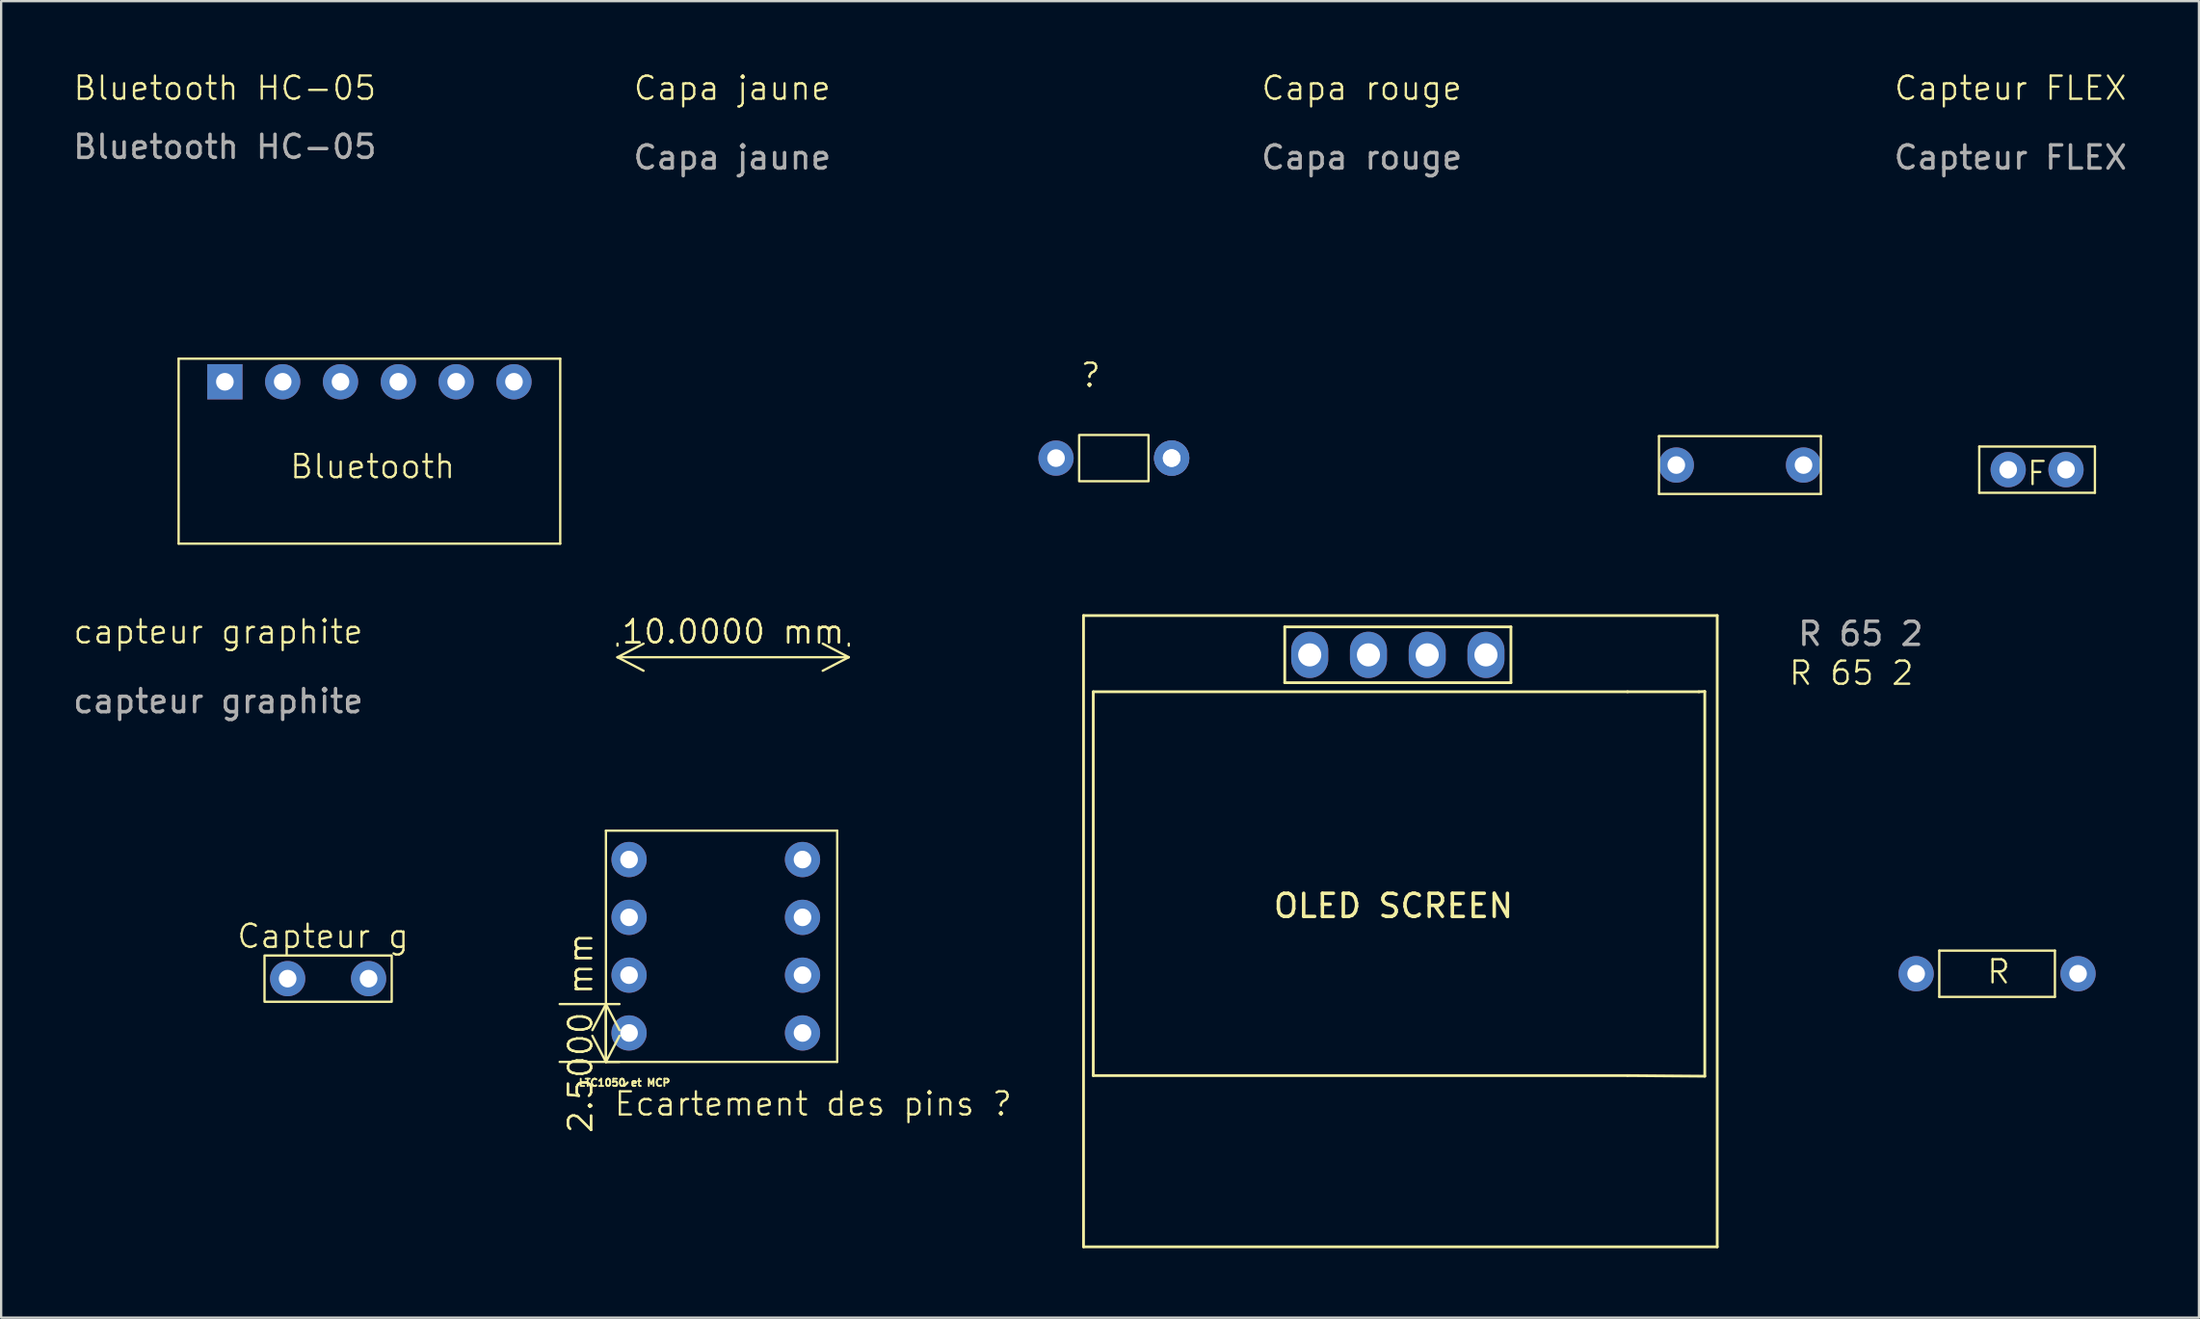
<source format=kicad_pcb>
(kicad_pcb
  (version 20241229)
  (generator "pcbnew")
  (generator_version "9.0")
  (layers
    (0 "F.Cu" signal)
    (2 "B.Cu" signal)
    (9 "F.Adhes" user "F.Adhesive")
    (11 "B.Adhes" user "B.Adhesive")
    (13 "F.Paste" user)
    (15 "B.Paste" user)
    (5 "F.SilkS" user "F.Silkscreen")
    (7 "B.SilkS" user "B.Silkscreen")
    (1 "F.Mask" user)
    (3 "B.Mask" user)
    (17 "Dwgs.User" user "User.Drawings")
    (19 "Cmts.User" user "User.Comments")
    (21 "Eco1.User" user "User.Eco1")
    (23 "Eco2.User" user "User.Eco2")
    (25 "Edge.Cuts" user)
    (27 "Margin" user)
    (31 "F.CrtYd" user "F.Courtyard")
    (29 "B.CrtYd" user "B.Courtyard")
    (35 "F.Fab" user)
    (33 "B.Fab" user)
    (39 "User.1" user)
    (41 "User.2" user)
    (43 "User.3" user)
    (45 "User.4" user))
  (footprint "Capteur FLEX"
    (layer "F.Cu")
    (at 83.779 17.261)
    (property "Reference" "Capteur FLEX" (at 0.1 -16.5 0) (unlocked yes) (layer "F.SilkS") (effects (font (size 1 1) (thickness 0.1))))
    (attr through_hole)
    (fp_line (start -1.25 -1) (end -1.25 1) (stroke (width 0.1) (type default)) (layer "F.SilkS"))
    (fp_line (start -1.25 1) (end 3.75 1) (stroke (width 0.1) (type default)) (layer "F.SilkS"))
    (fp_line (start 3.75 -1) (end -1.25 -1) (stroke (width 0.1) (type default)) (layer "F.SilkS"))
    (fp_line (start 3.75 1) (end 3.75 -1) (stroke (width 0.1) (type default)) (layer "F.SilkS"))
    (fp_text user "F" (at 0.75 0.75 0) (unlocked yes) (layer "F.SilkS") (effects (font (size 1 1) (thickness 0.1)) (justify left bottom)))
    (fp_text user "${REFERENCE}" (at 0.1 -13.5 0) (unlocked yes) (layer "F.Fab") (effects (font (size 1 1) (thickness 0.15))))
    (pad "1" thru_hole circle (at 0 0) (size 1.524 1.524) (drill 0.762) (layers "*.Cu" "*.Mask"))
    (pad "2" thru_hole circle (at 2.5 0) (size 1.524 1.524) (drill 0.762) (layers "*.Cu" "*.Mask")))
  (footprint "Capa rouge"
    (layer "F.Cu")
    (at 69.43 17.061)
    (property "Reference" "Capa rouge" (at -13.6 -16.3 0) (unlocked yes) (layer "F.SilkS") (effects (font (size 1 1) (thickness 0.1))))
    (attr through_hole)
    (fp_line (start -0.75 -1.25) (end -0.75 1.25) (stroke (width 0.1) (type default)) (layer "F.SilkS"))
    (fp_line (start -0.75 1.25) (end 6.25 1.25) (stroke (width 0.1) (type default)) (layer "F.SilkS"))
    (fp_line (start 6.25 -1.25) (end -0.75 -1.25) (stroke (width 0.1) (type default)) (layer "F.SilkS"))
    (fp_line (start 6.25 1.25) (end 6.25 -1.25) (stroke (width 0.1) (type default)) (layer "F.SilkS"))
    (fp_text user "${REFERENCE}" (at -13.6 -13.3 0) (unlocked yes) (layer "F.Fab") (effects (font (size 1 1) (thickness 0.15))))
    (pad "1" thru_hole circle (at 0 0) (size 1.524 1.524) (drill 0.762) (layers "*.Cu" "*.Mask"))
    (pad "2" thru_hole circle (at 5.5 0) (size 1.524 1.524) (drill 0.762) (layers "*.Cu" "*.Mask")))
  (footprint "capteur graphite"
    (layer "F.Cu")
    (at 9.387 39.271)
    (property "Reference" "capteur graphite" (at -3 -15 0) (unlocked yes) (layer "F.SilkS") (effects (font (size 1 1) (thickness 0.1))))
    (attr through_hole)
    (fp_rect (start -1 -1) (end 4.5 1) (stroke (width 0.1) (type default)) (fill no) (layer "F.SilkS"))
    (fp_text user "Capteur g" (at -2.25 -1.25 0) (unlocked yes) (layer "F.SilkS") (effects (font (size 1 1) (thickness 0.1)) (justify left bottom)))
    (fp_text user "${REFERENCE}" (at -3 -12 0) (unlocked yes) (layer "F.Fab") (effects (font (size 1 1) (thickness 0.15))))
    (pad "1" thru_hole circle (at 0 0) (size 1.524 1.524) (drill 0.762) (layers "*.Cu" "*.Mask"))
    (pad "2" thru_hole circle (at 3.5 0) (size 1.524 1.524) (drill 0.762) (layers "*.Cu" "*.Mask")))
  (footprint "OLED SCREEN"
    (layer "F.Cu")
    (at 57.199 35.87)
    (property "Reference" "OLED SCREEN" (at 0 0.254 0) (layer "F.SilkS") (effects (font (size 1 1) (thickness 0.15))))
    (attr through_hole)
    (fp_line (start -13.4 -12.3) (end 14 -12.3) (stroke (width 0.12) (type solid)) (layer "F.SilkS"))
    (fp_line (start -13.4 15) (end -13.4 -12.3) (stroke (width 0.12) (type solid)) (layer "F.SilkS"))
    (fp_line (start -12.978 -9.005) (end 10.122 -9.005) (stroke (width 0.12) (type solid)) (layer "F.SilkS"))
    (fp_line (start -12.978 7.595) (end -12.978 -9.005) (stroke (width 0.12) (type solid)) (layer "F.SilkS"))
    (fp_line (start -4.699 -11.811) (end -4.699 -9.398) (stroke (width 0.12) (type solid)) (layer "F.SilkS"))
    (fp_line (start -4.699 -11.811) (end 5.08 -11.811) (stroke (width 0.12) (type solid)) (layer "F.SilkS"))
    (fp_line (start 5.08 -11.811) (end 5.08 -9.398) (stroke (width 0.12) (type solid)) (layer "F.SilkS"))
    (fp_line (start 5.08 -9.398) (end -4.699 -9.398) (stroke (width 0.12) (type solid)) (layer "F.SilkS"))
    (fp_line (start 10.122 -9.005) (end 13.208 -9.005) (stroke (width 0.12) (type solid)) (layer "F.SilkS"))
    (fp_line (start 10.122 7.595) (end -12.978 7.595) (stroke (width 0.12) (type solid)) (layer "F.SilkS"))
    (fp_line (start 10.122 7.595) (end 13.462 7.62) (stroke (width 0.12) (type solid)) (layer "F.SilkS"))
    (fp_line (start 13.462 -9.017) (end 13.208 -9.005) (stroke (width 0.12) (type solid)) (layer "F.SilkS"))
    (fp_line (start 13.462 7.62) (end 13.462 -9.017) (stroke (width 0.12) (type solid)) (layer "F.SilkS"))
    (fp_line (start 14 -12.3) (end 14 15) (stroke (width 0.12) (type solid)) (layer "F.SilkS"))
    (fp_line (start 14 15) (end -13.4 15) (stroke (width 0.12) (type solid)) (layer "F.SilkS"))
    (pad "1" thru_hole oval (at -3.62 -10.6 90) (size 2 1.6) (drill 1) (layers "*.Cu" "*.Mask"))
    (pad "2" thru_hole oval (at -1.08 -10.6 90) (size 2 1.6) (drill 1) (layers "*.Cu" "*.Mask"))
    (pad "3" thru_hole oval (at 1.46 -10.6 90) (size 2 1.6) (drill 1) (layers "*.Cu" "*.Mask"))
    (pad "4" thru_hole oval (at 4 -10.6 90) (size 2 1.6) (drill 1) (layers "*.Cu" "*.Mask")))
  (footprint "Capa jaune"
    (layer "F.Cu")
    (at 42.61 16.761)
    (property "Reference" "Capa jaune" (at -14 -16 0) (unlocked yes) (layer "F.SilkS") (effects (font (size 1 1) (thickness 0.1))))
    (attr through_hole)
    (fp_rect (start 1 -1) (end 4 1) (stroke (width 0.1) (type default)) (fill no) (layer "F.SilkS"))
    (fp_text user "?" (at 1 -3 0) (unlocked yes) (layer "F.SilkS") (effects (font (size 1 1) (thickness 0.1)) (justify left bottom)))
    (fp_text user "${REFERENCE}" (at -14 -13 0) (unlocked yes) (layer "F.Fab") (effects (font (size 1 1) (thickness 0.15))))
    (pad "1" thru_hole circle (at 0 0) (size 1.524 1.524) (drill 0.762) (layers "*.Cu" "*.Mask"))
    (pad "2" thru_hole circle (at 5 0) (size 1.524 1.524) (drill 0.762) (layers "*.Cu" "*.Mask"))
    (pad "3" thru_hole circle (at 5 0) (size 1.524 1.524) (drill 0.762) (layers "*.Cu" "*.Mask")))
  (footprint "Bluetooth HC-05"
    (layer "F.Cu")
    (at 6.673 13.46)
    (property "Reference" "Bluetooth HC-05" (at 0 -12.7 0) (unlocked yes) (layer "F.SilkS") (effects (font (size 1 1) (thickness 0.1))))
    (attr through_hole)
    (fp_line (start -2 7) (end 14.5 7) (stroke (width 0.1) (type default)) (layer "F.SilkS"))
    (fp_line (start 14.5 -1) (end -2 -1) (stroke (width 0.1) (type default)) (layer "F.SilkS"))
    (fp_line (start 14.5 7) (end 14.5 -1) (stroke (width 0.1) (type default)) (layer "F.SilkS"))
    (fp_rect (start -2 7) (end -2 -1) (stroke (width 0.1) (type default)) (fill no) (layer "F.SilkS"))
    (fp_text user "Bluetooth" (at 2.75 4.25 0) (unlocked yes) (layer "F.SilkS") (effects (font (size 1 1) (thickness 0.1)) (justify left bottom)))
    (fp_text user "${REFERENCE}" (at 0 -10.16 0) (unlocked yes) (layer "F.Fab") (effects (font (size 1 1) (thickness 0.15))))
    (pad "1" thru_hole rect (at 0 0) (size 1.524 1.524) (drill 0.762) (layers "*.Cu" "*.Mask"))
    (pad "2" thru_hole circle (at 2.5 0) (size 1.524 1.524) (drill 0.762) (layers "*.Cu" "*.Mask"))
    (pad "3" thru_hole circle (at 5 0) (size 1.524 1.524) (drill 0.762) (layers "*.Cu" "*.Mask"))
    (pad "4" thru_hole circle (at 7.5 0) (size 1.524 1.524) (drill 0.762) (layers "*.Cu" "*.Mask"))
    (pad "5" thru_hole circle (at 10 0) (size 1.524 1.524) (drill 0.762) (layers "*.Cu" "*.Mask"))
    (pad "6" thru_hole circle (at 12.5 0) (size 1.524 1.524) (drill 0.762) (layers "*.Cu" "*.Mask")))
  (footprint "LTC1050 et MCP"
    (layer "F.Cu")
    (at 23.149 42.871)
    (property "Reference" "LTC1050 et MCP" (at 0.8 0.9 0) (layer "F.SilkS") (effects (font (size 0.315 0.315) (thickness 0.15))))
    (attr through_hole)
    (fp_line (start 0 -10) (end 10 -10) (stroke (width 0.1) (type default)) (layer "F.SilkS"))
    (fp_line (start 0 0) (end 0 -10) (stroke (width 0.1) (type default)) (layer "F.SilkS"))
    (fp_line (start 10 -10) (end 10 0) (stroke (width 0.1) (type default)) (layer "F.SilkS"))
    (fp_line (start 10 0) (end 0 0) (stroke (width 0.1) (type default)) (layer "F.SilkS"))
    (fp_text user "Écartement des pins ?" (at 0.3 2.4 0) (unlocked yes) (layer "F.SilkS") (effects (font (size 1 1) (thickness 0.1)) (justify left bottom)))
    (dimension (type aligned) (layer "F.SilkS") (pts (xy 23.649 25.371) (xy 33.649 25.371)) (height 0) (format (prefix "") (suffix "") (units 3) (units_format 1) (precision 4)) (style (thickness 0.1) (arrow_length 1.27) (text_position_mode 0) (arrow_direction outward) (extension_height 0.586) (extension_offset 0.5) (keep_text_aligned yes)) (gr_text "10.0000 mm" (at 28.649 24.271 0) (layer "F.SilkS") (effects (font (size 1 1) (thickness 0.1)))))
    (dimension (type aligned) (layer "F.SilkS") (pts (xy 20.649 42.871) (xy 20.649 40.371)) (height 2.5) (format (prefix "") (suffix "") (units 3) (units_format 1) (precision 4)) (style (thickness 0.1) (arrow_length 1.27) (text_position_mode 0) (arrow_direction outward) (extension_height 0.586) (extension_offset 0.5) (keep_text_aligned yes)) (gr_text "2.5000 mm" (at 22.049 41.621 90) (layer "F.SilkS") (effects (font (size 1 1) (thickness 0.1)))))
    (pad "1" thru_hole circle (at 1 -8.75) (size 1.524 1.524) (drill 0.762) (layers "*.Cu" "*.Mask"))
    (pad "2" thru_hole circle (at 1 -6.25) (size 1.524 1.524) (drill 0.762) (layers "*.Cu" "*.Mask"))
    (pad "3" thru_hole circle (at 1 -3.75) (size 1.524 1.524) (drill 0.762) (layers "*.Cu" "*.Mask"))
    (pad "4" thru_hole circle (at 1 -1.25) (size 1.524 1.524) (drill 0.762) (layers "*.Cu" "*.Mask"))
    (pad "5" thru_hole circle (at 8.5 -8.75) (size 1.524 1.524) (drill 0.762) (layers "*.Cu" "*.Mask"))
    (pad "6" thru_hole circle (at 8.5 -6.25) (size 1.524 1.524) (drill 0.762) (layers "*.Cu" "*.Mask"))
    (pad "7" thru_hole circle (at 8.5 -3.75) (size 1.524 1.524) (drill 0.762) (layers "*.Cu" "*.Mask"))
    (pad "8" thru_hole circle (at 8.5 -1.25) (size 1.524 1.524) (drill 0.762) (layers "*.Cu" "*.Mask")))
  (footprint "R 65 2"
    (layer "F.Cu")
    (at 79.8 39.059)
    (property "Reference" "R 65 2" (at -2.8 -13 0) (unlocked yes) (layer "F.SilkS") (effects (font (size 1 1) (thickness 0.1))))
    (attr through_hole)
    (fp_line (start 1 -1) (end 1 1) (stroke (width 0.1) (type default)) (layer "F.SilkS"))
    (fp_line (start 1 1) (end 6 1) (stroke (width 0.1) (type default)) (layer "F.SilkS"))
    (fp_line (start 6 -1) (end 1 -1) (stroke (width 0.1) (type default)) (layer "F.SilkS"))
    (fp_line (start 6 1) (end 6 -1) (stroke (width 0.1) (type default)) (layer "F.SilkS"))
    (fp_text user "R" (at 3 0.5 0) (unlocked yes) (layer "F.SilkS") (effects (font (size 1 1) (thickness 0.1)) (justify left bottom)))
    (fp_text user "${REFERENCE}" (at -2.4 -14.7 0) (unlocked yes) (layer "F.Fab") (effects (font (size 1 1) (thickness 0.15))))
    (pad "1" thru_hole circle (at 0 0) (size 1.524 1.524) (drill 0.762) (layers "*.Cu" "*.Mask"))
    (pad "2" thru_hole circle (at 7 0) (size 1.524 1.524) (drill 0.762) (layers "*.Cu" "*.Mask")))
  (gr_rect
    (start -3 -3)
    (end 92.027 53.931)
    (stroke (width 0.1) (type default))
    (fill no)
    (layer "Edge.Cuts")))
</source>
